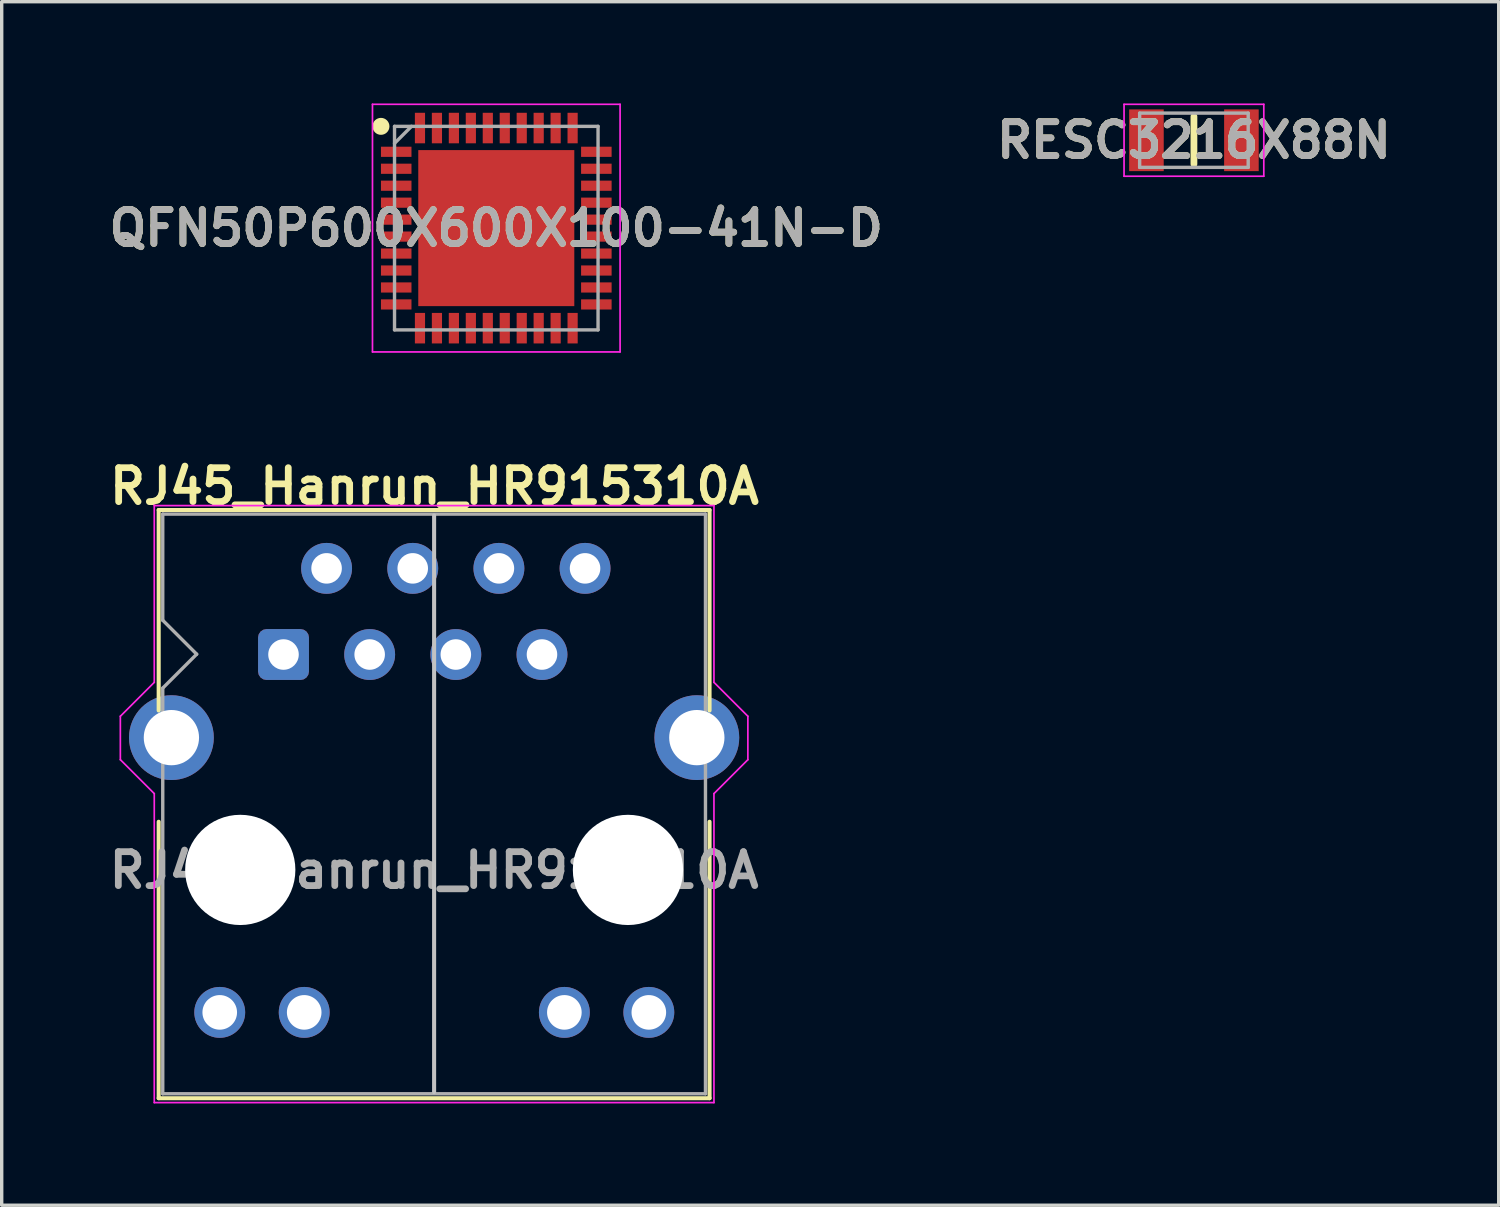
<source format=kicad_pcb>
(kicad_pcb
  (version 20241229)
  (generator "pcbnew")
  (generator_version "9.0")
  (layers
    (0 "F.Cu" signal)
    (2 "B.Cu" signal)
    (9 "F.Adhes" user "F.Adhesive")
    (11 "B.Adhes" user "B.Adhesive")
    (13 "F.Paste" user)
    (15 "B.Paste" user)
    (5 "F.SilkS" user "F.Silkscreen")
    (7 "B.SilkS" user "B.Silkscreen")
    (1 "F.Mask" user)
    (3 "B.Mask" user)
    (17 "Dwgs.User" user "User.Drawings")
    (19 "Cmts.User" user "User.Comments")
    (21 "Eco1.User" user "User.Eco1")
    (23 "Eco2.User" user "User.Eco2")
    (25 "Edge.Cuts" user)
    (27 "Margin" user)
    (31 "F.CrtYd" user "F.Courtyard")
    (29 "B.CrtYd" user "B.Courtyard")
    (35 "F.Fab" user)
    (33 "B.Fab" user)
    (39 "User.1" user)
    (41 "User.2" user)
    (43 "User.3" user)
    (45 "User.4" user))
  (footprint "RJ45_Hanrun_HR915310A"
    (layer "F.Cu")
    (at 5.308 16.246)
    (property "Reference" "RJ45_Hanrun_HR915310A" (at 4.45 -4.96 0) (layer "F.SilkS") (effects (font (size 1 1) (thickness 0.2))))
    (attr through_hole)
    (fp_line (start -3.68 -4.26) (end -3.68 1.65) (stroke (width 0.12) (type solid)) (layer "F.SilkS"))
    (fp_line (start -3.68 -4.26) (end 12.56 -4.26) (stroke (width 0.12) (type solid)) (layer "F.SilkS"))
    (fp_line (start -3.68 4.93) (end -3.68 13.08) (stroke (width 0.12) (type solid)) (layer "F.SilkS"))
    (fp_line (start 12.56 -4.26) (end 12.56 1.65) (stroke (width 0.12) (type solid)) (layer "F.SilkS"))
    (fp_line (start 12.56 4.93) (end 12.56 13.08) (stroke (width 0.12) (type solid)) (layer "F.SilkS"))
    (fp_line (start 12.56 13.08) (end -3.68 13.08) (stroke (width 0.12) (type solid)) (layer "F.SilkS"))
    (fp_line (start 4.44 -4.1) (end 4.44 12.9) (stroke (width 0.12) (type solid)) (layer "Dwgs.User"))
    (fp_line (start -4.81 3.1) (end -4.81 1.82) (stroke (width 0.05) (type solid)) (layer "F.CrtYd"))
    (fp_line (start -4.81 3.1) (end -3.81 4.1) (stroke (width 0.05) (type solid)) (layer "F.CrtYd"))
    (fp_line (start -3.81 -4.39) (end 12.69 -4.39) (stroke (width 0.05) (type solid)) (layer "F.CrtYd"))
    (fp_line (start -3.81 0.82) (end -4.81 1.82) (stroke (width 0.05) (type solid)) (layer "F.CrtYd"))
    (fp_line (start -3.81 0.82) (end -3.81 -4.4) (stroke (width 0.05) (type solid)) (layer "F.CrtYd"))
    (fp_line (start -3.81 4.1) (end -3.81 13.21) (stroke (width 0.05) (type solid)) (layer "F.CrtYd"))
    (fp_line (start -3.81 13.21) (end 12.69 13.21) (stroke (width 0.05) (type solid)) (layer "F.CrtYd"))
    (fp_line (start 12.69 0.82) (end 12.69 -4.39) (stroke (width 0.05) (type solid)) (layer "F.CrtYd"))
    (fp_line (start 12.69 0.82) (end 13.69 1.82) (stroke (width 0.05) (type solid)) (layer "F.CrtYd"))
    (fp_line (start 12.69 4.1) (end 12.69 13.21) (stroke (width 0.05) (type solid)) (layer "F.CrtYd"))
    (fp_line (start 13.69 3.1) (end 12.69 4.1) (stroke (width 0.05) (type solid)) (layer "F.CrtYd"))
    (fp_line (start 13.69 3.1) (end 13.69 1.82) (stroke (width 0.05) (type solid)) (layer "F.CrtYd"))
    (fp_line (start -3.56 -4.14) (end -3.56 -1.01) (stroke (width 0.1) (type solid)) (layer "F.Fab"))
    (fp_line (start -3.56 -4.14) (end 12.44 -4.14) (stroke (width 0.1) (type solid)) (layer "F.Fab"))
    (fp_line (start -3.56 0.99) (end -3.56 12.95) (stroke (width 0.1) (type solid)) (layer "F.Fab"))
    (fp_line (start -3.56 12.95) (end 12.44 12.95) (stroke (width 0.1) (type solid)) (layer "F.Fab"))
    (fp_line (start -2.56 -0.01) (end -3.56 -1.01) (stroke (width 0.1) (type solid)) (layer "F.Fab"))
    (fp_line (start -2.56 -0.01) (end -3.56 0.99) (stroke (width 0.1) (type solid)) (layer "F.Fab"))
    (fp_line (start 12.44 -4.14) (end 12.44 12.95) (stroke (width 0.1) (type solid)) (layer "F.Fab"))
    (fp_text user "${REFERENCE}" (at 4.44 6.36 0) (layer "F.Fab") (effects (font (size 1 1) (thickness 0.2))))
    (pad "" np_thru_hole circle (at -1.275 6.35) (size 3.25 3.25) (drill 3.25) (layers "*.Cu" "*.Mask"))
    (pad "" np_thru_hole circle (at 10.155 6.35) (size 3.25 3.25) (drill 3.25) (layers "*.Cu" "*.Mask"))
    (pad "1" thru_hole roundrect (at 0 0) (size 1.5 1.5) (drill 0.9) (layers "*.Cu" "*.Mask") (roundrect_rratio 0.167))
    (pad "2" thru_hole circle (at 1.27 -2.54) (size 1.5 1.5) (drill 0.9) (layers "*.Cu" "*.Mask"))
    (pad "3" thru_hole circle (at 2.54 0) (size 1.5 1.5) (drill 0.9) (layers "*.Cu" "*.Mask"))
    (pad "4" thru_hole circle (at 3.81 -2.54) (size 1.5 1.5) (drill 0.9) (layers "*.Cu" "*.Mask"))
    (pad "5" thru_hole circle (at 5.08 0) (size 1.5 1.5) (drill 0.9) (layers "*.Cu" "*.Mask"))
    (pad "6" thru_hole circle (at 6.35 -2.54 90) (size 1.5 1.5) (drill 0.9) (layers "*.Cu" "*.Mask"))
    (pad "7" thru_hole circle (at 7.62 0) (size 1.5 1.5) (drill 0.9) (layers "*.Cu" "*.Mask"))
    (pad "8" thru_hole circle (at 8.89 -2.54) (size 1.5 1.5) (drill 0.9) (layers "*.Cu" "*.Mask"))
    (pad "9" thru_hole circle (at -1.88 10.55) (size 1.5 1.5) (drill 1.02) (layers "*.Cu" "*.Mask"))
    (pad "10" thru_hole circle (at 0.61 10.55) (size 1.5 1.5) (drill 1.02) (layers "*.Cu" "*.Mask"))
    (pad "11" thru_hole circle (at 8.28 10.55) (size 1.5 1.5) (drill 1.02) (layers "*.Cu" "*.Mask"))
    (pad "12" thru_hole circle (at 10.77 10.55) (size 1.5 1.5) (drill 1.02) (layers "*.Cu" "*.Mask"))
    (pad "SH" thru_hole circle (at -3.305 2.45) (size 2.5 2.5) (drill 1.63) (layers "*.Cu" "*.Mask"))
    (pad "SH" thru_hole circle (at 12.185 2.45) (size 2.5 2.5) (drill 1.63) (layers "*.Cu" "*.Mask")))
  (footprint "QFN50P600X600X100-41N-D"
    (layer "F.Cu")
    (at 11.581 3.675)
    (property "Reference" "QFN50P600X600X100-41N-D" (at 0 0 0) (layer "F.SilkS") (effects (font (size 1 1) (thickness 0.2))))
    (attr smd)
    (fp_circle (center -3.4 -3) (end -3.4 -2.875) (stroke (width 0.25) (type solid)) (fill no) (layer "F.SilkS"))
    (fp_rect (start -2.23 -2.23) (end -0.2 -0.2) (stroke (width 0.12) (type solid)) (fill yes) (layer "F.Paste"))
    (fp_rect (start -2.23 0.2) (end -0.2 2.23) (stroke (width 0.12) (type solid)) (fill yes) (layer "F.Paste"))
    (fp_rect (start 0.2 -2.23) (end 2.23 -0.2) (stroke (width 0.12) (type solid)) (fill yes) (layer "F.Paste"))
    (fp_rect (start 0.2 0.2) (end 2.23 2.23) (stroke (width 0.12) (type solid)) (fill yes) (layer "F.Paste"))
    (fp_line (start -3.65 -3.65) (end 3.65 -3.65) (stroke (width 0.05) (type solid)) (layer "F.CrtYd"))
    (fp_line (start -3.65 3.65) (end -3.65 -3.65) (stroke (width 0.05) (type solid)) (layer "F.CrtYd"))
    (fp_line (start 3.65 -3.65) (end 3.65 3.65) (stroke (width 0.05) (type solid)) (layer "F.CrtYd"))
    (fp_line (start 3.65 3.65) (end -3.65 3.65) (stroke (width 0.05) (type solid)) (layer "F.CrtYd"))
    (fp_line (start -3 -3) (end 3 -3) (stroke (width 0.1) (type solid)) (layer "F.Fab"))
    (fp_line (start -3 -2.5) (end -2.5 -3) (stroke (width 0.1) (type solid)) (layer "F.Fab"))
    (fp_line (start -3 3) (end -3 -3) (stroke (width 0.1) (type solid)) (layer "F.Fab"))
    (fp_line (start 3 -3) (end 3 3) (stroke (width 0.1) (type solid)) (layer "F.Fab"))
    (fp_line (start 3 3) (end -3 3) (stroke (width 0.1) (type solid)) (layer "F.Fab"))
    (fp_text user "${REFERENCE}" (at 0 0 0) (layer "F.Fab") (effects (font (size 1 1) (thickness 0.2))))
    (pad "1" smd rect (at -2.95 -2.25 90) (size 0.3 0.9) (layers "F.Cu" "F.Mask" "F.Paste"))
    (pad "2" smd rect (at -2.95 -1.75 90) (size 0.3 0.9) (layers "F.Cu" "F.Mask" "F.Paste"))
    (pad "3" smd rect (at -2.95 -1.25 90) (size 0.3 0.9) (layers "F.Cu" "F.Mask" "F.Paste"))
    (pad "4" smd rect (at -2.95 -0.75 90) (size 0.3 0.9) (layers "F.Cu" "F.Mask" "F.Paste"))
    (pad "5" smd rect (at -2.95 -0.25 90) (size 0.3 0.9) (layers "F.Cu" "F.Mask" "F.Paste"))
    (pad "6" smd rect (at -2.95 0.25 90) (size 0.3 0.9) (layers "F.Cu" "F.Mask" "F.Paste"))
    (pad "7" smd rect (at -2.95 0.75 90) (size 0.3 0.9) (layers "F.Cu" "F.Mask" "F.Paste"))
    (pad "8" smd rect (at -2.95 1.25 90) (size 0.3 0.9) (layers "F.Cu" "F.Mask" "F.Paste"))
    (pad "9" smd rect (at -2.95 1.75 90) (size 0.3 0.9) (layers "F.Cu" "F.Mask" "F.Paste"))
    (pad "10" smd rect (at -2.95 2.25 90) (size 0.3 0.9) (layers "F.Cu" "F.Mask" "F.Paste"))
    (pad "11" smd rect (at -2.25 2.95) (size 0.3 0.9) (layers "F.Cu" "F.Mask" "F.Paste"))
    (pad "12" smd rect (at -1.75 2.95) (size 0.3 0.9) (layers "F.Cu" "F.Mask" "F.Paste"))
    (pad "13" smd rect (at -1.25 2.95) (size 0.3 0.9) (layers "F.Cu" "F.Mask" "F.Paste"))
    (pad "14" smd rect (at -0.75 2.95) (size 0.3 0.9) (layers "F.Cu" "F.Mask" "F.Paste"))
    (pad "15" smd rect (at -0.25 2.95) (size 0.3 0.9) (layers "F.Cu" "F.Mask" "F.Paste"))
    (pad "16" smd rect (at 0.25 2.95) (size 0.3 0.9) (layers "F.Cu" "F.Mask" "F.Paste"))
    (pad "17" smd rect (at 0.75 2.95) (size 0.3 0.9) (layers "F.Cu" "F.Mask" "F.Paste"))
    (pad "18" smd rect (at 1.25 2.95) (size 0.3 0.9) (layers "F.Cu" "F.Mask" "F.Paste"))
    (pad "19" smd rect (at 1.75 2.95) (size 0.3 0.9) (layers "F.Cu" "F.Mask" "F.Paste"))
    (pad "20" smd rect (at 2.25 2.95) (size 0.3 0.9) (layers "F.Cu" "F.Mask" "F.Paste"))
    (pad "21" smd rect (at 2.95 2.25 90) (size 0.3 0.9) (layers "F.Cu" "F.Mask" "F.Paste"))
    (pad "22" smd rect (at 2.95 1.75 90) (size 0.3 0.9) (layers "F.Cu" "F.Mask" "F.Paste"))
    (pad "23" smd rect (at 2.95 1.25 90) (size 0.3 0.9) (layers "F.Cu" "F.Mask" "F.Paste"))
    (pad "24" smd rect (at 2.95 0.75 90) (size 0.3 0.9) (layers "F.Cu" "F.Mask" "F.Paste"))
    (pad "25" smd rect (at 2.95 0.25 90) (size 0.3 0.9) (layers "F.Cu" "F.Mask" "F.Paste"))
    (pad "26" smd rect (at 2.95 -0.25 90) (size 0.3 0.9) (layers "F.Cu" "F.Mask" "F.Paste"))
    (pad "27" smd rect (at 2.95 -0.75 90) (size 0.3 0.9) (layers "F.Cu" "F.Mask" "F.Paste"))
    (pad "28" smd rect (at 2.95 -1.25 90) (size 0.3 0.9) (layers "F.Cu" "F.Mask" "F.Paste"))
    (pad "29" smd rect (at 2.95 -1.75 90) (size 0.3 0.9) (layers "F.Cu" "F.Mask" "F.Paste"))
    (pad "30" smd rect (at 2.95 -2.25 90) (size 0.3 0.9) (layers "F.Cu" "F.Mask" "F.Paste"))
    (pad "31" smd rect (at 2.25 -2.95) (size 0.3 0.9) (layers "F.Cu" "F.Mask" "F.Paste"))
    (pad "32" smd rect (at 1.75 -2.95) (size 0.3 0.9) (layers "F.Cu" "F.Mask" "F.Paste"))
    (pad "33" smd rect (at 1.25 -2.95) (size 0.3 0.9) (layers "F.Cu" "F.Mask" "F.Paste"))
    (pad "34" smd rect (at 0.75 -2.95) (size 0.3 0.9) (layers "F.Cu" "F.Mask" "F.Paste"))
    (pad "35" smd rect (at 0.25 -2.95) (size 0.3 0.9) (layers "F.Cu" "F.Mask" "F.Paste"))
    (pad "36" smd rect (at -0.25 -2.95) (size 0.3 0.9) (layers "F.Cu" "F.Mask" "F.Paste"))
    (pad "37" smd rect (at -0.75 -2.95) (size 0.3 0.9) (layers "F.Cu" "F.Mask" "F.Paste"))
    (pad "38" smd rect (at -1.25 -2.95) (size 0.3 0.9) (layers "F.Cu" "F.Mask" "F.Paste"))
    (pad "39" smd rect (at -1.75 -2.95) (size 0.3 0.9) (layers "F.Cu" "F.Mask" "F.Paste"))
    (pad "40" smd rect (at -2.25 -2.95) (size 0.3 0.9) (layers "F.Cu" "F.Mask" "F.Paste"))
    (pad "41" smd rect (at 0 0) (size 4.6 4.6) (layers "F.Cu" "F.Mask")))
  (footprint "RESC3216X88N"
    (layer "F.Cu")
    (at 32.148 1.085)
    (property "Reference" "RESC3216X88N" (at 0 0 0) (layer "F.SilkS") (effects (font (size 1 1) (thickness 0.2))))
    (attr smd)
    (fp_line (start 0 -0.7) (end 0 0.7) (stroke (width 0.2) (type solid)) (layer "F.SilkS"))
    (fp_line (start -2.06 -1.06) (end 2.06 -1.06) (stroke (width 0.05) (type solid)) (layer "F.CrtYd"))
    (fp_line (start -2.06 1.06) (end -2.06 -1.06) (stroke (width 0.05) (type solid)) (layer "F.CrtYd"))
    (fp_line (start 2.06 -1.06) (end 2.06 1.06) (stroke (width 0.05) (type solid)) (layer "F.CrtYd"))
    (fp_line (start 2.06 1.06) (end -2.06 1.06) (stroke (width 0.05) (type solid)) (layer "F.CrtYd"))
    (fp_line (start -1.6 -0.8) (end 1.6 -0.8) (stroke (width 0.1) (type solid)) (layer "F.Fab"))
    (fp_line (start -1.6 0.8) (end -1.6 -0.8) (stroke (width 0.1) (type solid)) (layer "F.Fab"))
    (fp_line (start 1.6 -0.8) (end 1.6 0.8) (stroke (width 0.1) (type solid)) (layer "F.Fab"))
    (fp_line (start 1.6 0.8) (end -1.6 0.8) (stroke (width 0.1) (type solid)) (layer "F.Fab"))
    (fp_text user "${REFERENCE}" (at 0 0 0) (layer "F.Fab") (effects (font (size 1 1) (thickness 0.2))))
    (pad "1" smd rect (at -1.4 0) (size 1.02 1.82) (layers "F.Cu" "F.Mask" "F.Paste"))
    (pad "2" smd rect (at 1.4 0) (size 1.02 1.82) (layers "F.Cu" "F.Mask" "F.Paste")))
  (gr_rect
    (start -3 -3)
    (end 41.133 32.481)
    (stroke (width 0.1) (type default))
    (fill no)
    (layer "Edge.Cuts")))
</source>
